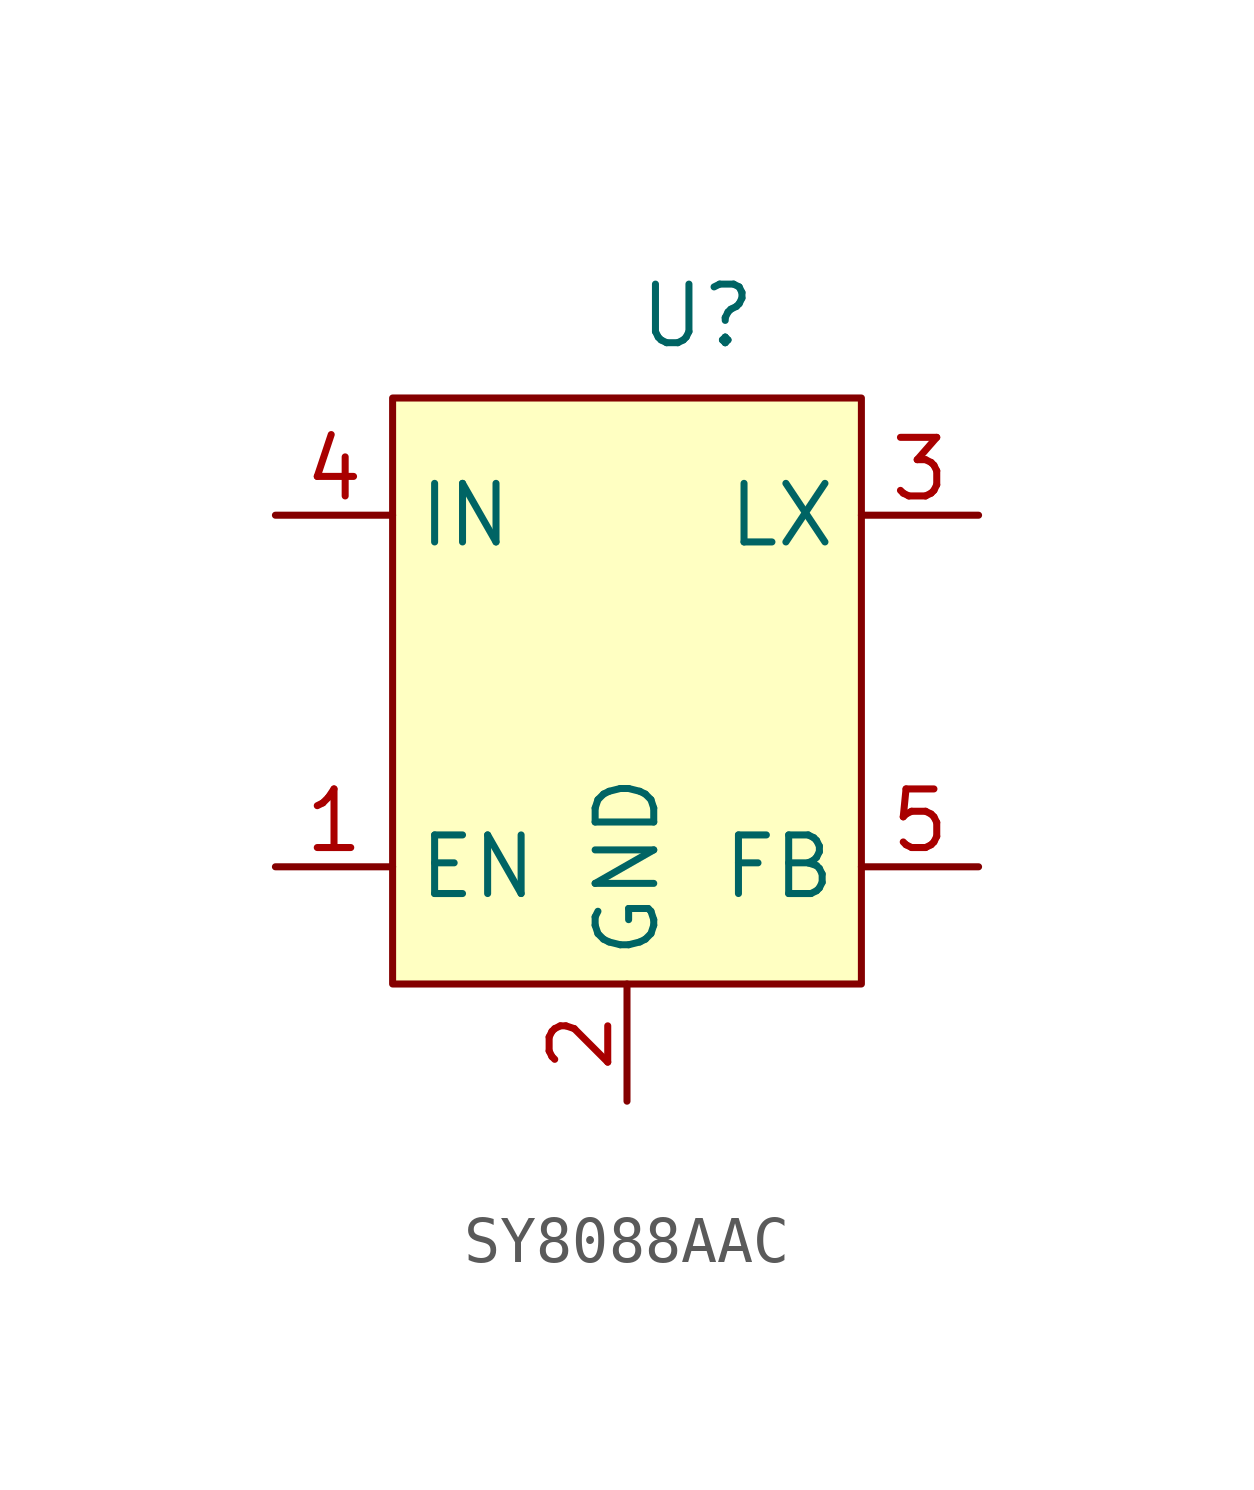
<source format=kicad_sym>
(kicad_symbol_lib
  (version 20231120)
  (generator "kicad_symbol_editor")
  (generator_version "8.0")
  (symbol "SY8088AAC"
    (property "Reference" "U"
      (at 1.524 8.128 0)
      (effects (font (size 1.27 1.27))))
    (property "Value" ""
      (at 0 0 0)
      (effects (font (size 1.27 1.27))))
    (symbol "SY8088AAC_1_1"
      (rectangle (start -5.08 6.35) (end 5.08 -6.35) (stroke (width 0) (type default)) (fill (type background)))
      (pin input line (at -7.62 -3.81 0) (length 2.54) (name "EN" (effects (font (size 1.27 1.27)))) (number "1" (effects (font (size 1.27 1.27)))))
      (pin power_in line (at 0 -8.89 90) (length 2.54) (name "GND" (effects (font (size 1.27 1.27)))) (number "2" (effects (font (size 1.27 1.27)))))
      (pin power_out line (at 7.62 3.81 180) (length 2.54) (name "LX" (effects (font (size 1.27 1.27)))) (number "3" (effects (font (size 1.27 1.27)))))
      (pin power_in line (at -7.62 3.81 0) (length 2.54) (name "IN" (effects (font (size 1.27 1.27)))) (number "4" (effects (font (size 1.27 1.27)))))
      (pin input line (at 7.62 -3.81 180) (length 2.54) (name "FB" (effects (font (size 1.27 1.27)))) (number "5" (effects (font (size 1.27 1.27))))))))
</source>
